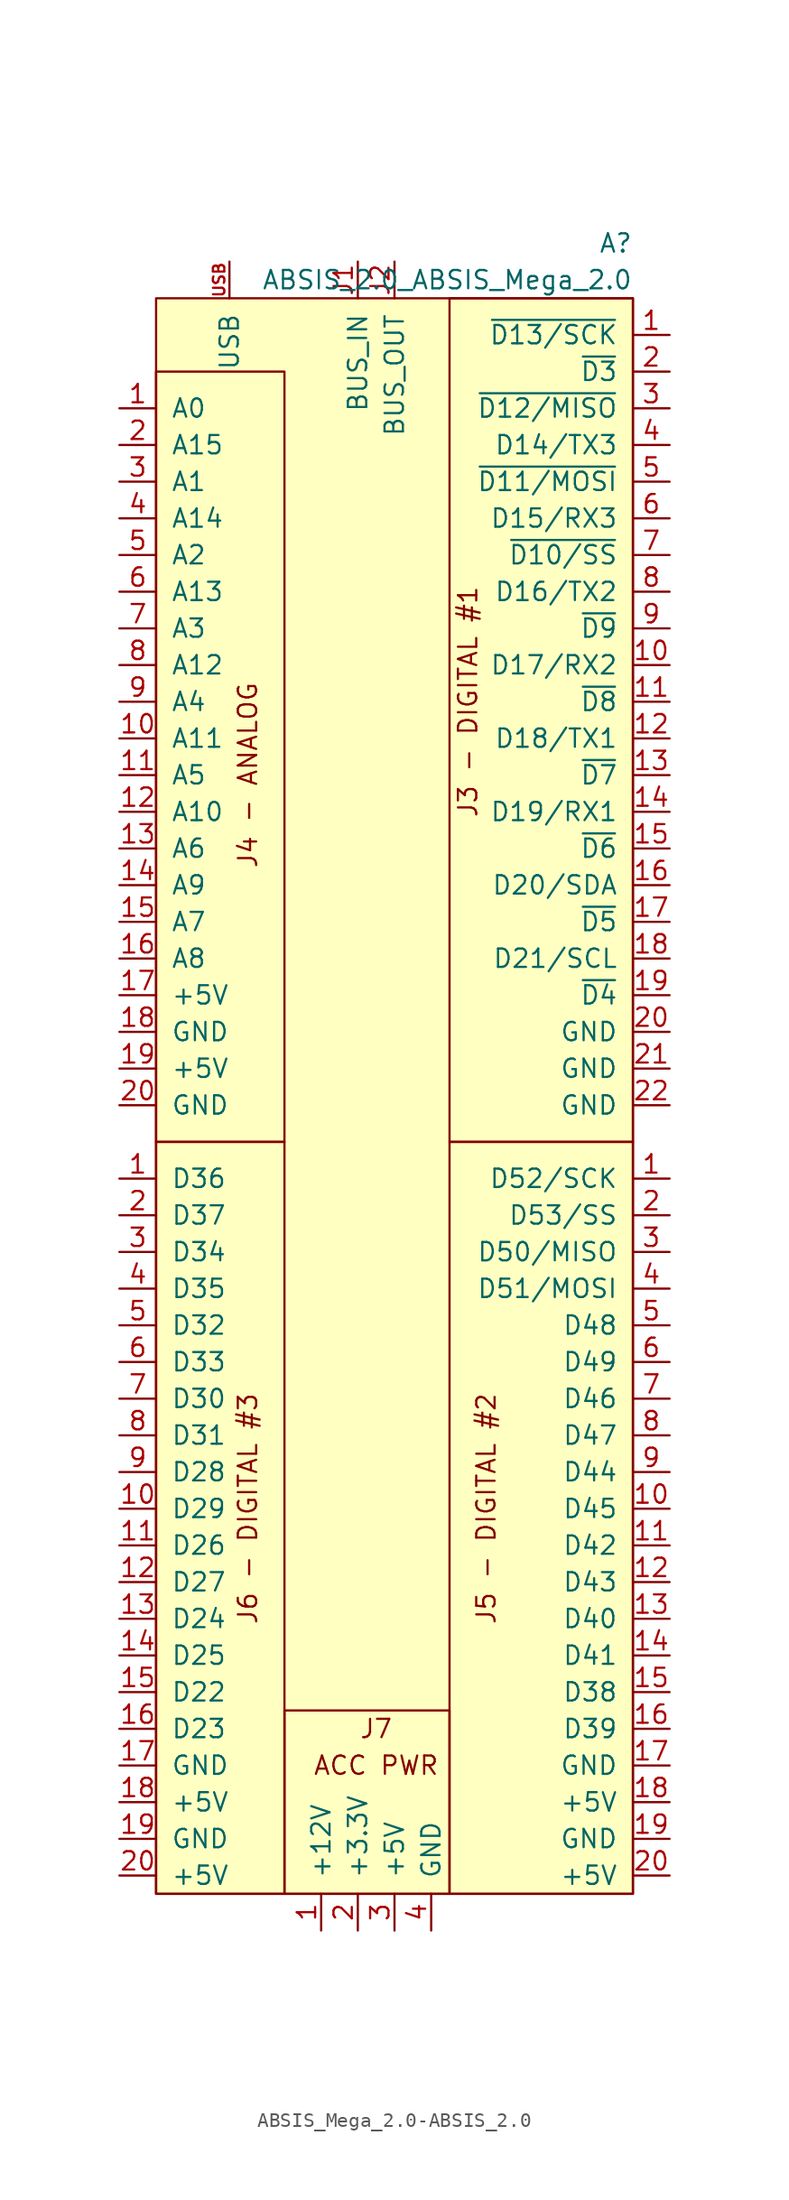
<source format=kicad_sym>
(kicad_symbol_lib
  (version 20231120)
  (generator "kicad_symbol_editor")
  (generator_version "8.0")
  (symbol "ABSIS_Mega_2.0-ABSIS_2.0"
    (pin_names
      (offset 1.016))
    (property "Reference" "A"
      (at 17.78 62.23 0)
      (effects (font (size 1.27 1.27)) (justify right)))
    (property "Value" "ABSIS_2.0_ABSIS_Mega_2.0"
      (at 17.78 59.69 0)
      (effects (font (size 1.27 1.27)) (justify right)))
    (symbol "ABSIS_Mega_2.0-ABSIS_2.0_0_0"
      (rectangle (start -15.24 0) (end -6.35 53.34) (stroke (width 0) (type solid)) (fill (type none)))
      (rectangle (start -6.35 -52.07) (end -15.24 0) (stroke (width 0) (type solid)) (fill (type none)))
      (rectangle (start -6.35 -39.37) (end 5.08 -52.07) (stroke (width 0) (type solid)) (fill (type none)))
      (rectangle (start 17.78 0) (end 5.08 -52.07) (stroke (width 0) (type solid)) (fill (type none)))
      (rectangle (start 17.78 58.42) (end -15.24 -52.07) (stroke (width 0) (type solid)) (fill (type background)))
      (rectangle (start 17.78 58.42) (end 5.08 0) (stroke (width 0) (type solid)) (fill (type none)))
      (text "ACC PWR" (at 0 -43.18 0) (effects (font (size 1.27 1.27))))
      (text "J3 - DIGITAL #1" (at 6.35 30.48 900) (effects (font (size 1.27 1.27))))
      (text "J4 - ANALOG" (at -8.89 25.4 900) (effects (font (size 1.27 1.27))))
      (text "J5 - DIGITAL #2" (at 7.62 -25.4 900) (effects (font (size 1.27 1.27))))
      (text "J6 - DIGITAL #3" (at -8.89 -25.4 900) (effects (font (size 1.27 1.27))))
      (text "J7" (at 0 -40.64 0) (effects (font (size 1.27 1.27))))
      (pin unspecified line (at -3.81 -54.61 90) (length 2.54) (name "+12V" (effects (font (size 1.27 1.27)))) (number "1" (effects (font (size 1.27 1.27)))))
      (pin unspecified line (at -17.78 50.8 0) (length 2.54) (name "A0" (effects (font (size 1.27 1.27)))) (number "1" (effects (font (size 1.27 1.27)))))
      (pin unspecified line (at -17.78 -2.54 0) (length 2.54) (name "D36" (effects (font (size 1.27 1.27)))) (number "1" (effects (font (size 1.27 1.27)))))
      (pin unspecified line (at 20.32 -2.54 180) (length 2.54) (name "D52/SCK" (effects (font (size 1.27 1.27)))) (number "1" (effects (font (size 1.27 1.27)))))
      (pin unspecified line (at 20.32 55.88 180) (length 2.54) (name "~{D13/SCK}" (effects (font (size 1.27 1.27)))) (number "1" (effects (font (size 1.27 1.27)))))
      (pin unspecified line (at -17.78 27.94 0) (length 2.54) (name "A11" (effects (font (size 1.27 1.27)))) (number "10" (effects (font (size 1.27 1.27)))))
      (pin unspecified line (at 20.32 33.02 180) (length 2.54) (name "D17/RX2" (effects (font (size 1.27 1.27)))) (number "10" (effects (font (size 1.27 1.27)))))
      (pin unspecified line (at -17.78 -25.4 0) (length 2.54) (name "D29" (effects (font (size 1.27 1.27)))) (number "10" (effects (font (size 1.27 1.27)))))
      (pin unspecified line (at 20.32 -25.4 180) (length 2.54) (name "D45" (effects (font (size 1.27 1.27)))) (number "10" (effects (font (size 1.27 1.27)))))
      (pin unspecified line (at -17.78 25.4 0) (length 2.54) (name "A5" (effects (font (size 1.27 1.27)))) (number "11" (effects (font (size 1.27 1.27)))))
      (pin unspecified line (at -17.78 -27.94 0) (length 2.54) (name "D26" (effects (font (size 1.27 1.27)))) (number "11" (effects (font (size 1.27 1.27)))))
      (pin unspecified line (at 20.32 -27.94 180) (length 2.54) (name "D42" (effects (font (size 1.27 1.27)))) (number "11" (effects (font (size 1.27 1.27)))))
      (pin unspecified line (at 20.32 30.48 180) (length 2.54) (name "~{D8}" (effects (font (size 1.27 1.27)))) (number "11" (effects (font (size 1.27 1.27)))))
      (pin unspecified line (at -17.78 22.86 0) (length 2.54) (name "A10" (effects (font (size 1.27 1.27)))) (number "12" (effects (font (size 1.27 1.27)))))
      (pin unspecified line (at 20.32 27.94 180) (length 2.54) (name "D18/TX1" (effects (font (size 1.27 1.27)))) (number "12" (effects (font (size 1.27 1.27)))))
      (pin unspecified line (at -17.78 -30.48 0) (length 2.54) (name "D27" (effects (font (size 1.27 1.27)))) (number "12" (effects (font (size 1.27 1.27)))))
      (pin unspecified line (at 20.32 -30.48 180) (length 2.54) (name "D43" (effects (font (size 1.27 1.27)))) (number "12" (effects (font (size 1.27 1.27)))))
      (pin unspecified line (at -17.78 20.32 0) (length 2.54) (name "A6" (effects (font (size 1.27 1.27)))) (number "13" (effects (font (size 1.27 1.27)))))
      (pin unspecified line (at -17.78 -33.02 0) (length 2.54) (name "D24" (effects (font (size 1.27 1.27)))) (number "13" (effects (font (size 1.27 1.27)))))
      (pin unspecified line (at 20.32 -33.02 180) (length 2.54) (name "D40" (effects (font (size 1.27 1.27)))) (number "13" (effects (font (size 1.27 1.27)))))
      (pin unspecified line (at 20.32 25.4 180) (length 2.54) (name "~{D7}" (effects (font (size 1.27 1.27)))) (number "13" (effects (font (size 1.27 1.27)))))
      (pin unspecified line (at -17.78 17.78 0) (length 2.54) (name "A9" (effects (font (size 1.27 1.27)))) (number "14" (effects (font (size 1.27 1.27)))))
      (pin unspecified line (at 20.32 22.86 180) (length 2.54) (name "D19/RX1" (effects (font (size 1.27 1.27)))) (number "14" (effects (font (size 1.27 1.27)))))
      (pin unspecified line (at -17.78 -35.56 0) (length 2.54) (name "D25" (effects (font (size 1.27 1.27)))) (number "14" (effects (font (size 1.27 1.27)))))
      (pin unspecified line (at 20.32 -35.56 180) (length 2.54) (name "D41" (effects (font (size 1.27 1.27)))) (number "14" (effects (font (size 1.27 1.27)))))
      (pin unspecified line (at -17.78 15.24 0) (length 2.54) (name "A7" (effects (font (size 1.27 1.27)))) (number "15" (effects (font (size 1.27 1.27)))))
      (pin unspecified line (at -17.78 -38.1 0) (length 2.54) (name "D22" (effects (font (size 1.27 1.27)))) (number "15" (effects (font (size 1.27 1.27)))))
      (pin unspecified line (at 20.32 -38.1 180) (length 2.54) (name "D38" (effects (font (size 1.27 1.27)))) (number "15" (effects (font (size 1.27 1.27)))))
      (pin unspecified line (at 20.32 20.32 180) (length 2.54) (name "~{D6}" (effects (font (size 1.27 1.27)))) (number "15" (effects (font (size 1.27 1.27)))))
      (pin unspecified line (at -17.78 12.7 0) (length 2.54) (name "A8" (effects (font (size 1.27 1.27)))) (number "16" (effects (font (size 1.27 1.27)))))
      (pin unspecified line (at 20.32 17.78 180) (length 2.54) (name "D20/SDA" (effects (font (size 1.27 1.27)))) (number "16" (effects (font (size 1.27 1.27)))))
      (pin unspecified line (at -17.78 -40.64 0) (length 2.54) (name "D23" (effects (font (size 1.27 1.27)))) (number "16" (effects (font (size 1.27 1.27)))))
      (pin unspecified line (at 20.32 -40.64 180) (length 2.54) (name "D39" (effects (font (size 1.27 1.27)))) (number "16" (effects (font (size 1.27 1.27)))))
      (pin unspecified line (at -17.78 10.16 0) (length 2.54) (name "+5V" (effects (font (size 1.27 1.27)))) (number "17" (effects (font (size 1.27 1.27)))))
      (pin unspecified line (at -17.78 -43.18 0) (length 2.54) (name "GND" (effects (font (size 1.27 1.27)))) (number "17" (effects (font (size 1.27 1.27)))))
      (pin unspecified line (at 20.32 -43.18 180) (length 2.54) (name "GND" (effects (font (size 1.27 1.27)))) (number "17" (effects (font (size 1.27 1.27)))))
      (pin unspecified line (at 20.32 15.24 180) (length 2.54) (name "~{D5}" (effects (font (size 1.27 1.27)))) (number "17" (effects (font (size 1.27 1.27)))))
      (pin unspecified line (at -17.78 -45.72 0) (length 2.54) (name "+5V" (effects (font (size 1.27 1.27)))) (number "18" (effects (font (size 1.27 1.27)))))
      (pin unspecified line (at 20.32 -45.72 180) (length 2.54) (name "+5V" (effects (font (size 1.27 1.27)))) (number "18" (effects (font (size 1.27 1.27)))))
      (pin unspecified line (at 20.32 12.7 180) (length 2.54) (name "D21/SCL" (effects (font (size 1.27 1.27)))) (number "18" (effects (font (size 1.27 1.27)))))
      (pin unspecified line (at -17.78 7.62 0) (length 2.54) (name "GND" (effects (font (size 1.27 1.27)))) (number "18" (effects (font (size 1.27 1.27)))))
      (pin unspecified line (at -17.78 5.08 0) (length 2.54) (name "+5V" (effects (font (size 1.27 1.27)))) (number "19" (effects (font (size 1.27 1.27)))))
      (pin unspecified line (at -17.78 -48.26 0) (length 2.54) (name "GND" (effects (font (size 1.27 1.27)))) (number "19" (effects (font (size 1.27 1.27)))))
      (pin unspecified line (at 20.32 -48.26 180) (length 2.54) (name "GND" (effects (font (size 1.27 1.27)))) (number "19" (effects (font (size 1.27 1.27)))))
      (pin unspecified line (at 20.32 10.16 180) (length 2.54) (name "~{D4}" (effects (font (size 1.27 1.27)))) (number "19" (effects (font (size 1.27 1.27)))))
      (pin unspecified line (at -1.27 -54.61 90) (length 2.54) (name "+3.3V" (effects (font (size 1.27 1.27)))) (number "2" (effects (font (size 1.27 1.27)))))
      (pin unspecified line (at -17.78 48.26 0) (length 2.54) (name "A15" (effects (font (size 1.27 1.27)))) (number "2" (effects (font (size 1.27 1.27)))))
      (pin unspecified line (at -17.78 -5.08 0) (length 2.54) (name "D37" (effects (font (size 1.27 1.27)))) (number "2" (effects (font (size 1.27 1.27)))))
      (pin unspecified line (at 20.32 -5.08 180) (length 2.54) (name "D53/SS" (effects (font (size 1.27 1.27)))) (number "2" (effects (font (size 1.27 1.27)))))
      (pin unspecified line (at 20.32 53.34 180) (length 2.54) (name "~{D3}" (effects (font (size 1.27 1.27)))) (number "2" (effects (font (size 1.27 1.27)))))
      (pin unspecified line (at -17.78 -50.8 0) (length 2.54) (name "+5V" (effects (font (size 1.27 1.27)))) (number "20" (effects (font (size 1.27 1.27)))))
      (pin unspecified line (at 20.32 -50.8 180) (length 2.54) (name "+5V" (effects (font (size 1.27 1.27)))) (number "20" (effects (font (size 1.27 1.27)))))
      (pin unspecified line (at -17.78 2.54 0) (length 2.54) (name "GND" (effects (font (size 1.27 1.27)))) (number "20" (effects (font (size 1.27 1.27)))))
      (pin unspecified line (at 20.32 7.62 180) (length 2.54) (name "GND" (effects (font (size 1.27 1.27)))) (number "20" (effects (font (size 1.27 1.27)))))
      (pin unspecified line (at 20.32 5.08 180) (length 2.54) (name "GND" (effects (font (size 1.27 1.27)))) (number "21" (effects (font (size 1.27 1.27)))))
      (pin unspecified line (at 20.32 2.54 180) (length 2.54) (name "GND" (effects (font (size 1.27 1.27)))) (number "22" (effects (font (size 1.27 1.27)))))
      (pin unspecified line (at 1.27 -54.61 90) (length 2.54) (name "+5V" (effects (font (size 1.27 1.27)))) (number "3" (effects (font (size 1.27 1.27)))))
      (pin unspecified line (at -17.78 45.72 0) (length 2.54) (name "A1" (effects (font (size 1.27 1.27)))) (number "3" (effects (font (size 1.27 1.27)))))
      (pin unspecified line (at -17.78 -7.62 0) (length 2.54) (name "D34" (effects (font (size 1.27 1.27)))) (number "3" (effects (font (size 1.27 1.27)))))
      (pin unspecified line (at 20.32 -7.62 180) (length 2.54) (name "D50/MISO" (effects (font (size 1.27 1.27)))) (number "3" (effects (font (size 1.27 1.27)))))
      (pin unspecified line (at 20.32 50.8 180) (length 2.54) (name "~{D12/MISO}" (effects (font (size 1.27 1.27)))) (number "3" (effects (font (size 1.27 1.27)))))
      (pin unspecified line (at -17.78 43.18 0) (length 2.54) (name "A14" (effects (font (size 1.27 1.27)))) (number "4" (effects (font (size 1.27 1.27)))))
      (pin unspecified line (at 20.32 48.26 180) (length 2.54) (name "D14/TX3" (effects (font (size 1.27 1.27)))) (number "4" (effects (font (size 1.27 1.27)))))
      (pin unspecified line (at -17.78 -10.16 0) (length 2.54) (name "D35" (effects (font (size 1.27 1.27)))) (number "4" (effects (font (size 1.27 1.27)))))
      (pin unspecified line (at 20.32 -10.16 180) (length 2.54) (name "D51/MOSI" (effects (font (size 1.27 1.27)))) (number "4" (effects (font (size 1.27 1.27)))))
      (pin unspecified line (at 3.81 -54.61 90) (length 2.54) (name "GND" (effects (font (size 1.27 1.27)))) (number "4" (effects (font (size 1.27 1.27)))))
      (pin unspecified line (at -17.78 40.64 0) (length 2.54) (name "A2" (effects (font (size 1.27 1.27)))) (number "5" (effects (font (size 1.27 1.27)))))
      (pin unspecified line (at -17.78 -12.7 0) (length 2.54) (name "D32" (effects (font (size 1.27 1.27)))) (number "5" (effects (font (size 1.27 1.27)))))
      (pin unspecified line (at 20.32 -12.7 180) (length 2.54) (name "D48" (effects (font (size 1.27 1.27)))) (number "5" (effects (font (size 1.27 1.27)))))
      (pin unspecified line (at 20.32 45.72 180) (length 2.54) (name "~{D11/MOSI}" (effects (font (size 1.27 1.27)))) (number "5" (effects (font (size 1.27 1.27)))))
      (pin unspecified line (at -17.78 38.1 0) (length 2.54) (name "A13" (effects (font (size 1.27 1.27)))) (number "6" (effects (font (size 1.27 1.27)))))
      (pin unspecified line (at 20.32 43.18 180) (length 2.54) (name "D15/RX3" (effects (font (size 1.27 1.27)))) (number "6" (effects (font (size 1.27 1.27)))))
      (pin unspecified line (at -17.78 -15.24 0) (length 2.54) (name "D33" (effects (font (size 1.27 1.27)))) (number "6" (effects (font (size 1.27 1.27)))))
      (pin unspecified line (at 20.32 -15.24 180) (length 2.54) (name "D49" (effects (font (size 1.27 1.27)))) (number "6" (effects (font (size 1.27 1.27)))))
      (pin unspecified line (at -17.78 35.56 0) (length 2.54) (name "A3" (effects (font (size 1.27 1.27)))) (number "7" (effects (font (size 1.27 1.27)))))
      (pin unspecified line (at -17.78 -17.78 0) (length 2.54) (name "D30" (effects (font (size 1.27 1.27)))) (number "7" (effects (font (size 1.27 1.27)))))
      (pin unspecified line (at 20.32 -17.78 180) (length 2.54) (name "D46" (effects (font (size 1.27 1.27)))) (number "7" (effects (font (size 1.27 1.27)))))
      (pin unspecified line (at 20.32 40.64 180) (length 2.54) (name "~{D10/SS}" (effects (font (size 1.27 1.27)))) (number "7" (effects (font (size 1.27 1.27)))))
      (pin unspecified line (at -17.78 33.02 0) (length 2.54) (name "A12" (effects (font (size 1.27 1.27)))) (number "8" (effects (font (size 1.27 1.27)))))
      (pin unspecified line (at 20.32 38.1 180) (length 2.54) (name "D16/TX2" (effects (font (size 1.27 1.27)))) (number "8" (effects (font (size 1.27 1.27)))))
      (pin unspecified line (at -17.78 -20.32 0) (length 2.54) (name "D31" (effects (font (size 1.27 1.27)))) (number "8" (effects (font (size 1.27 1.27)))))
      (pin unspecified line (at 20.32 -20.32 180) (length 2.54) (name "D47" (effects (font (size 1.27 1.27)))) (number "8" (effects (font (size 1.27 1.27)))))
      (pin unspecified line (at -17.78 30.48 0) (length 2.54) (name "A4" (effects (font (size 1.27 1.27)))) (number "9" (effects (font (size 1.27 1.27)))))
      (pin unspecified line (at -17.78 -22.86 0) (length 2.54) (name "D28" (effects (font (size 1.27 1.27)))) (number "9" (effects (font (size 1.27 1.27)))))
      (pin unspecified line (at 20.32 -22.86 180) (length 2.54) (name "D44" (effects (font (size 1.27 1.27)))) (number "9" (effects (font (size 1.27 1.27)))))
      (pin unspecified line (at 20.32 35.56 180) (length 2.54) (name "~{D9}" (effects (font (size 1.27 1.27)))) (number "9" (effects (font (size 1.27 1.27)))))
      (pin unspecified line (at -1.27 60.96 270) (length 2.54) (name "BUS_IN" (effects (font (size 1.27 1.27)))) (number "J1" (effects (font (size 1.27 1.27)))))
      (pin unspecified line (at 1.27 60.96 270) (length 2.54) (name "BUS_OUT" (effects (font (size 1.27 1.27)))) (number "J2" (effects (font (size 1.27 1.27)))))
      (pin unspecified line (at -10.16 60.96 270) (length 2.54) (name "USB" (effects (font (size 1.27 1.27)))) (number "USB" (effects (font (size 0.787 0.787))))))))
</source>
